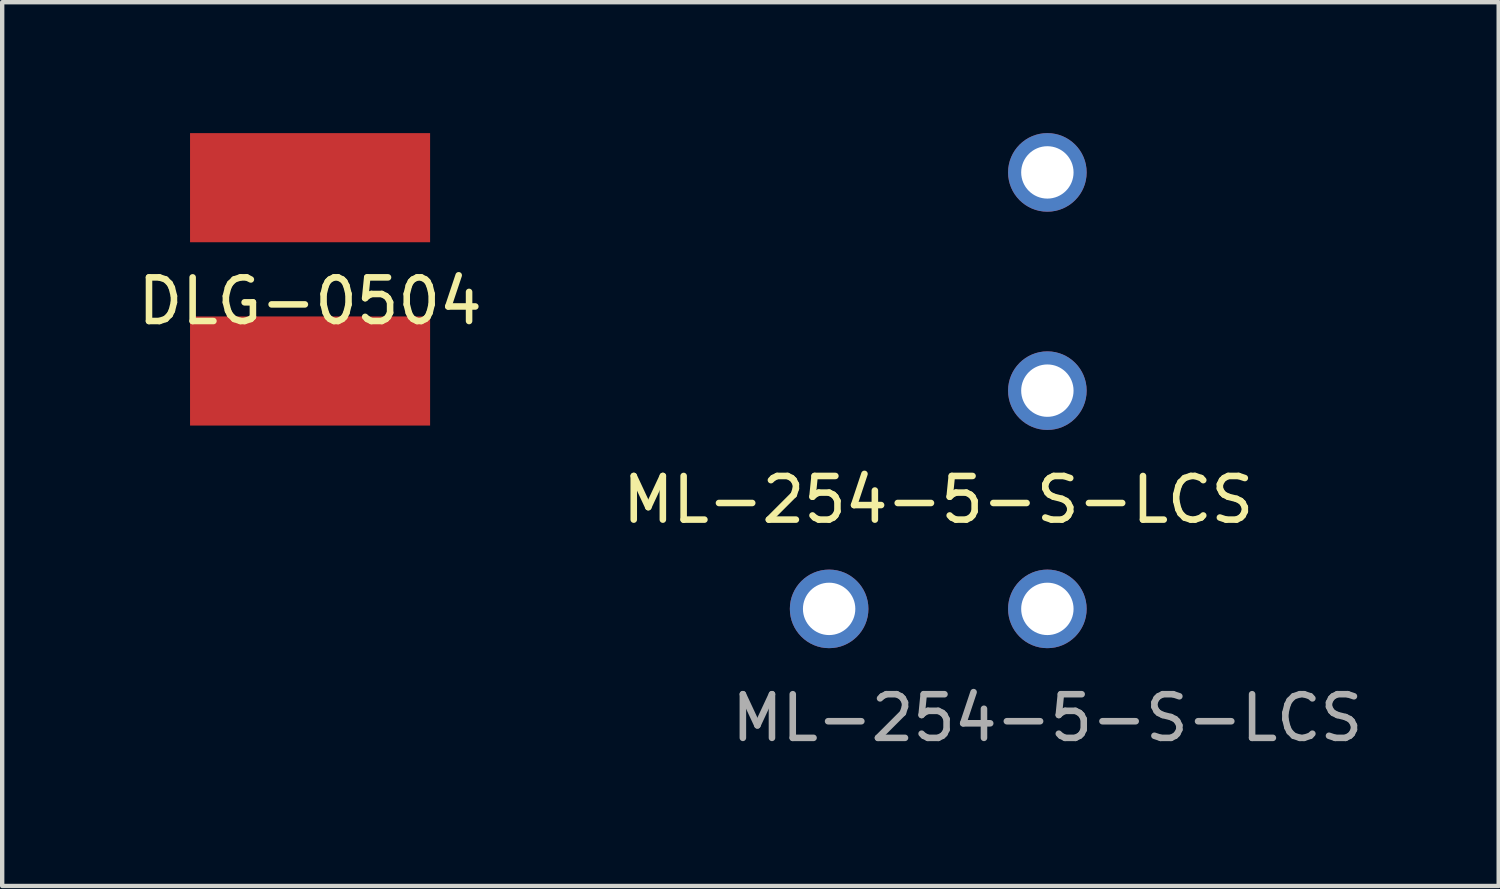
<source format=kicad_pcb>
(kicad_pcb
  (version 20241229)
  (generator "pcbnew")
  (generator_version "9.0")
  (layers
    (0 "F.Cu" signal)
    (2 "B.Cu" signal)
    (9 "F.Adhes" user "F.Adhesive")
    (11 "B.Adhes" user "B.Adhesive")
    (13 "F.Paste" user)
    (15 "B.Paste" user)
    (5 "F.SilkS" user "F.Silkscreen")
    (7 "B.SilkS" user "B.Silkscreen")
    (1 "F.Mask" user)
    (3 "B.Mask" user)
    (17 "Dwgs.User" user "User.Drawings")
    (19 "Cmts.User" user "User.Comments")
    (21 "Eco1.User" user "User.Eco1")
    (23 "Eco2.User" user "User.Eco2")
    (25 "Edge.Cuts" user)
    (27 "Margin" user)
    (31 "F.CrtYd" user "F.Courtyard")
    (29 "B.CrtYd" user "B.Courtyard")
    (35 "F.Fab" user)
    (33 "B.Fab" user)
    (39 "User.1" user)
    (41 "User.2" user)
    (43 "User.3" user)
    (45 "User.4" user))
  (footprint "ML-254-5-S-LCS"
    (layer "F.Cu")
    (at 20.946 10.9)
    (property "Reference" "ML-254-5-S-LCS" (at -2.5 -2.5 0) (unlocked yes) (layer "F.SilkS") (effects (font (size 1 1) (thickness 0.15))))
    (attr through_hole)
    (fp_text user "${REFERENCE}" (at 0 2.5 0) (unlocked yes) (layer "F.Fab") (effects (font (size 1 1) (thickness 0.15))))
    (pad "1" thru_hole circle (at -5 0) (size 1.8 1.8) (drill 1.2) (layers "*.Cu" "*.Mask"))
    (pad "2" thru_hole circle (at 0 0) (size 1.8 1.8) (drill 1.2) (layers "*.Cu" "*.Mask"))
    (pad "3" thru_hole circle (at 0 -5) (size 1.8 1.8) (drill 1.2) (layers "*.Cu" "*.Mask"))
    (pad "4" thru_hole circle (at 0 -10) (size 1.8 1.8) (drill 1.2) (layers "*.Cu" "*.Mask")))
  (footprint "DLG-0504"
    (layer "F.Cu")
    (at 4.054 3.35)
    (property "Reference" "DLG-0504" (at 0 0.5 0) (layer "F.SilkS") (effects (font (size 1 1) (thickness 0.15))))
    (attr through_hole)
    (pad "1" smd rect (at 0 -2.1) (size 5.5 2.5) (layers "F.Cu" "F.Mask" "F.Paste"))
    (pad "2" smd rect (at 0 2.1) (size 5.5 2.5) (layers "F.Cu" "F.Mask" "F.Paste")))
  (gr_rect
    (start -3 -3)
    (end 31.286 17.248)
    (stroke (width 0.1) (type default))
    (fill no)
    (layer "Edge.Cuts")))
</source>
